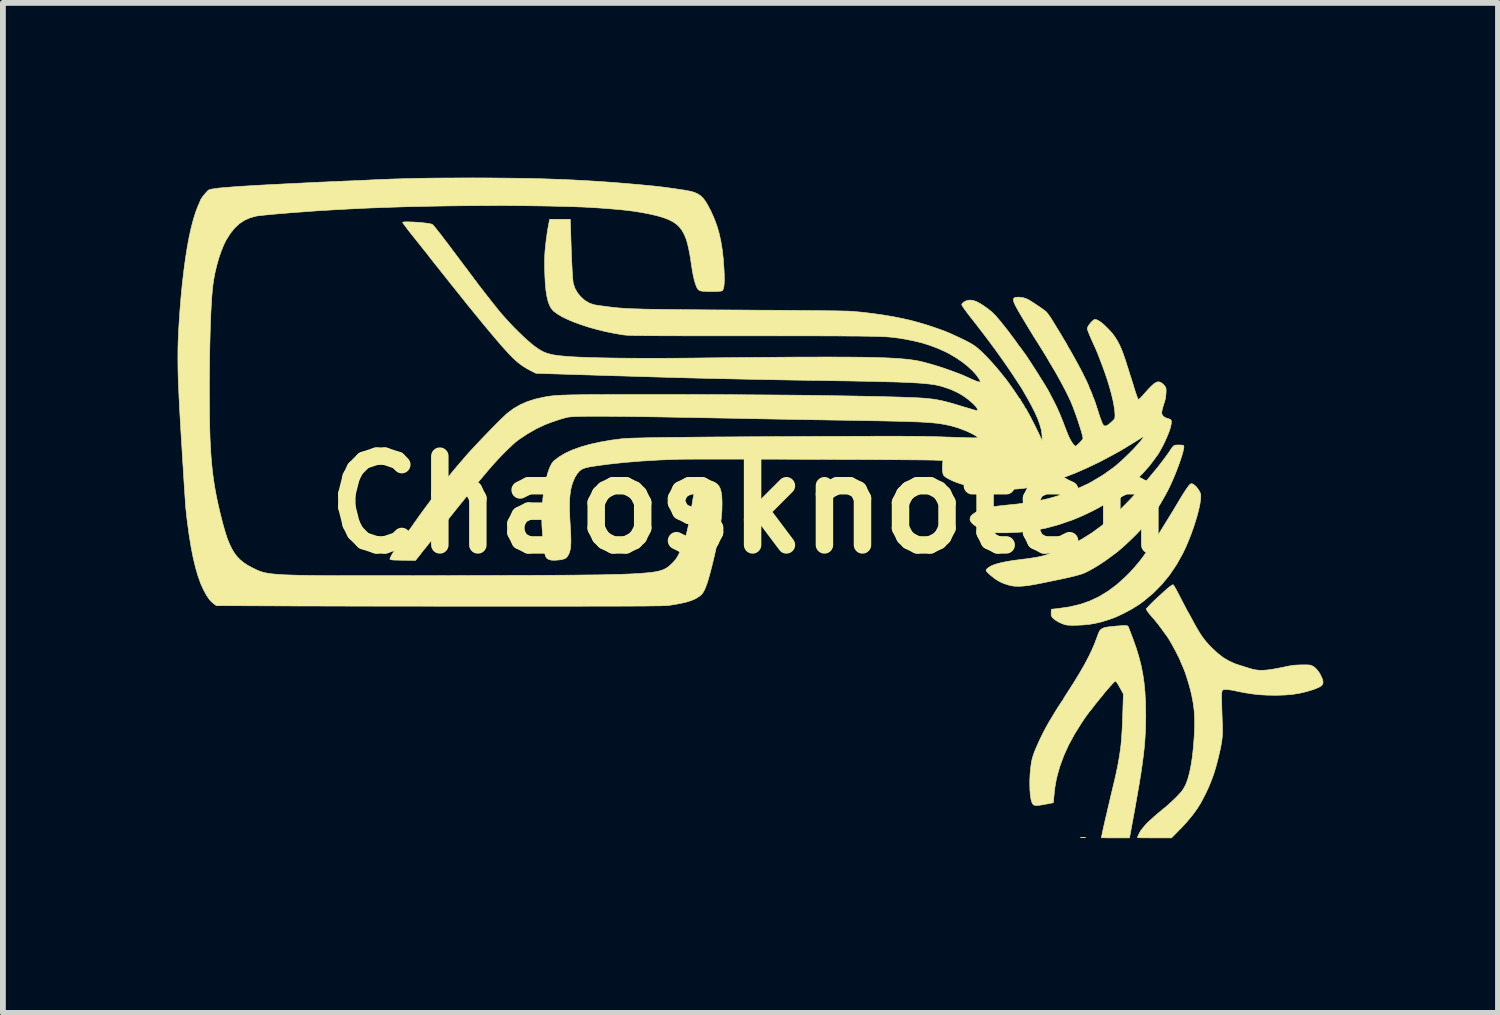
<source format=kicad_pcb>
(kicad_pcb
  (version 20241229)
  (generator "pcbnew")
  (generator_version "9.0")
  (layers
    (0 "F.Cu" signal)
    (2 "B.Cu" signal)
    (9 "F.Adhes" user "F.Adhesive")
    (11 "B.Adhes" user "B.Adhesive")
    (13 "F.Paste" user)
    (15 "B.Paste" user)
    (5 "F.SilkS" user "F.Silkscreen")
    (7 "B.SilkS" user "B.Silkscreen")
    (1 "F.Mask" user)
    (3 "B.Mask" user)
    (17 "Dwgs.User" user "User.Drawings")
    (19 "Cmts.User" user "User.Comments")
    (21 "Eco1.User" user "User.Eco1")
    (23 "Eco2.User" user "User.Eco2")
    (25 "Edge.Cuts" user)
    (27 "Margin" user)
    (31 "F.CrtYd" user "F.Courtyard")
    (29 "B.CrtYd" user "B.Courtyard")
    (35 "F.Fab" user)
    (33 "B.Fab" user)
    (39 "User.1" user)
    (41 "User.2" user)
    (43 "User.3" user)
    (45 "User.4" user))
  (footprint "Chaosknoten"
    (layer "F.Cu")
    (at 9.836 5.617)
    (property "Reference" "Chaosknoten" (at 0 0 0) (layer "F.SilkS") (effects (font (size 1.524 1.524) (thickness 0.3))))
    (attr through_hole)
    (fp_poly (pts (xy 5.748 5.713) (xy 5.757 5.714) (xy 5.748 5.716) (xy 5.722 5.717) (xy 5.71 5.717) (xy 5.679 5.716) (xy 5.664 5.715) (xy 5.666 5.713) (xy 5.672 5.713) (xy 5.71 5.711) (xy 5.748 5.713)) (stroke (width 0.01) (type solid)) (fill yes) (layer "F.SilkS"))
    (fp_poly (pts (xy 7.586 -0.36) (xy 7.616 -0.343) (xy 7.649 -0.315) (xy 7.68 -0.277) (xy 7.708 -0.234) (xy 7.713 -0.225) (xy 7.724 -0.199) (xy 7.73 -0.175) (xy 7.731 -0.144) (xy 7.729 -0.101) (xy 7.729 -0.098) (xy 7.719 -0.024) (xy 7.701 0.065) (xy 7.676 0.165) (xy 7.644 0.274) (xy 7.607 0.388) (xy 7.566 0.504) (xy 7.521 0.618) (xy 7.474 0.728) (xy 7.427 0.828) (xy 7.32 1.021) (xy 7.199 1.201) (xy 7.063 1.367) (xy 6.914 1.518) (xy 6.751 1.654) (xy 6.673 1.711) (xy 6.64 1.732) (xy 6.614 1.749) (xy 6.597 1.757) (xy 6.595 1.758) (xy 6.583 1.765) (xy 6.582 1.767) (xy 6.572 1.775) (xy 6.547 1.79) (xy 6.51 1.81) (xy 6.466 1.834) (xy 6.417 1.859) (xy 6.367 1.884) (xy 6.32 1.906) (xy 6.278 1.925) (xy 6.246 1.938) (xy 6.243 1.94) (xy 6.124 1.981) (xy 6.016 2.014) (xy 5.914 2.037) (xy 5.813 2.054) (xy 5.707 2.064) (xy 5.613 2.068) (xy 5.543 2.07) (xy 5.49 2.069) (xy 5.449 2.067) (xy 5.417 2.062) (xy 5.397 2.058) (xy 5.343 2.038) (xy 5.287 2.012) (xy 5.237 1.981) (xy 5.199 1.951) (xy 5.19 1.942) (xy 5.173 1.92) (xy 5.164 1.899) (xy 5.163 1.871) (xy 5.163 1.851) (xy 5.166 1.794) (xy 5.288 1.781) (xy 5.478 1.753) (xy 5.657 1.711) (xy 5.825 1.653) (xy 5.985 1.578) (xy 6.138 1.485) (xy 6.287 1.374) (xy 6.432 1.244) (xy 6.492 1.185) (xy 6.528 1.147) (xy 6.561 1.111) (xy 6.588 1.082) (xy 6.601 1.067) (xy 6.627 1.035) (xy 6.656 1.002) (xy 6.66 0.997) (xy 6.677 0.977) (xy 6.703 0.943) (xy 6.734 0.902) (xy 6.767 0.856) (xy 6.775 0.845) (xy 6.806 0.801) (xy 6.835 0.761) (xy 6.857 0.73) (xy 6.872 0.711) (xy 6.874 0.708) (xy 6.889 0.688) (xy 6.913 0.652) (xy 6.945 0.602) (xy 6.985 0.54) (xy 7.03 0.469) (xy 7.079 0.389) (xy 7.133 0.302) (xy 7.189 0.211) (xy 7.246 0.118) (xy 7.303 0.023) (xy 7.349 -0.054) (xy 7.404 -0.146) (xy 7.451 -0.22) (xy 7.489 -0.277) (xy 7.519 -0.319) (xy 7.543 -0.347) (xy 7.56 -0.36) (xy 7.562 -0.361) (xy 7.586 -0.36)) (stroke (width 0.01) (type solid)) (fill yes) (layer "F.SilkS"))
    (fp_poly (pts (xy 7.402 -1.025) (xy 7.429 -1.021) (xy 7.44 -1.013) (xy 7.44 -1.013) (xy 7.442 -0.989) (xy 7.435 -0.95) (xy 7.423 -0.897) (xy 7.404 -0.832) (xy 7.38 -0.759) (xy 7.351 -0.679) (xy 7.32 -0.595) (xy 7.286 -0.51) (xy 7.25 -0.425) (xy 7.213 -0.343) (xy 7.177 -0.267) (xy 7.168 -0.249) (xy 7.143 -0.203) (xy 7.115 -0.151) (xy 7.085 -0.099) (xy 7.056 -0.048) (xy 7.029 -0.002) (xy 7.005 0.035) (xy 6.988 0.061) (xy 6.98 0.071) (xy 6.971 0.081) (xy 6.955 0.104) (xy 6.934 0.135) (xy 6.929 0.142) (xy 6.906 0.175) (xy 6.887 0.202) (xy 6.875 0.218) (xy 6.874 0.219) (xy 6.861 0.234) (xy 6.843 0.258) (xy 6.838 0.265) (xy 6.779 0.338) (xy 6.708 0.419) (xy 6.627 0.505) (xy 6.54 0.591) (xy 6.451 0.675) (xy 6.364 0.753) (xy 6.281 0.821) (xy 6.243 0.85) (xy 6.217 0.869) (xy 6.184 0.893) (xy 6.167 0.906) (xy 6.094 0.959) (xy 6.017 1.011) (xy 5.939 1.06) (xy 5.863 1.105) (xy 5.794 1.142) (xy 5.734 1.171) (xy 5.698 1.185) (xy 5.636 1.204) (xy 5.558 1.225) (xy 5.471 1.246) (xy 5.378 1.267) (xy 5.339 1.275) (xy 5.306 1.282) (xy 5.256 1.292) (xy 5.195 1.305) (xy 5.126 1.319) (xy 5.053 1.334) (xy 5.014 1.342) (xy 4.892 1.366) (xy 4.787 1.384) (xy 4.696 1.395) (xy 4.618 1.4) (xy 4.549 1.399) (xy 4.488 1.392) (xy 4.44 1.381) (xy 4.354 1.354) (xy 4.278 1.32) (xy 4.205 1.275) (xy 4.131 1.218) (xy 4.094 1.185) (xy 4.064 1.156) (xy 4.048 1.135) (xy 4.046 1.12) (xy 4.054 1.106) (xy 4.056 1.104) (xy 4.09 1.076) (xy 4.132 1.051) (xy 4.184 1.029) (xy 4.248 1.009) (xy 4.324 0.99) (xy 4.416 0.972) (xy 4.525 0.955) (xy 4.646 0.939) (xy 4.745 0.927) (xy 4.826 0.915) (xy 4.894 0.905) (xy 4.951 0.894) (xy 5.001 0.883) (xy 5.046 0.871) (xy 5.09 0.857) (xy 5.104 0.853) (xy 5.309 0.776) (xy 5.501 0.691) (xy 5.682 0.595) (xy 5.856 0.487) (xy 6.025 0.364) (xy 6.193 0.225) (xy 6.362 0.068) (xy 6.391 0.04) (xy 6.461 -0.031) (xy 6.525 -0.097) (xy 6.586 -0.163) (xy 6.648 -0.232) (xy 6.713 -0.308) (xy 6.785 -0.393) (xy 6.833 -0.452) (xy 6.858 -0.482) (xy 6.891 -0.522) (xy 6.925 -0.563) (xy 6.938 -0.578) (xy 6.966 -0.612) (xy 6.987 -0.637) (xy 7.004 -0.658) (xy 7.02 -0.68) (xy 7.04 -0.705) (xy 7.065 -0.738) (xy 7.098 -0.782) (xy 7.131 -0.827) (xy 7.164 -0.872) (xy 7.192 -0.912) (xy 7.207 -0.935) (xy 7.234 -0.975) (xy 7.255 -1.001) (xy 7.275 -1.017) (xy 7.298 -1.024) (xy 7.33 -1.026) (xy 7.357 -1.026) (xy 7.402 -1.025)) (stroke (width 0.01) (type solid)) (fill yes) (layer "F.SilkS"))
    (fp_poly (pts (xy 6.457 2.075) (xy 6.473 2.08) (xy 6.483 2.089) (xy 6.491 2.103) (xy 6.498 2.122) (xy 6.5 2.126) (xy 6.566 2.299) (xy 6.623 2.459) (xy 6.669 2.611) (xy 6.707 2.759) (xy 6.736 2.905) (xy 6.758 3.055) (xy 6.773 3.212) (xy 6.783 3.38) (xy 6.786 3.562) (xy 6.787 3.627) (xy 6.785 3.763) (xy 6.781 3.896) (xy 6.773 4.03) (xy 6.762 4.166) (xy 6.746 4.309) (xy 6.726 4.46) (xy 6.702 4.624) (xy 6.673 4.803) (xy 6.654 4.912) (xy 6.643 4.977) (xy 6.631 5.042) (xy 6.621 5.102) (xy 6.612 5.151) (xy 6.609 5.171) (xy 6.603 5.206) (xy 6.597 5.24) (xy 6.59 5.277) (xy 6.582 5.319) (xy 6.573 5.369) (xy 6.561 5.432) (xy 6.547 5.509) (xy 6.537 5.565) (xy 6.508 5.72) (xy 6.266 5.72) (xy 6.199 5.72) (xy 6.138 5.72) (xy 6.088 5.719) (xy 6.051 5.718) (xy 6.029 5.718) (xy 6.025 5.717) (xy 6.027 5.705) (xy 6.033 5.677) (xy 6.041 5.638) (xy 6.051 5.59) (xy 6.062 5.539) (xy 6.073 5.489) (xy 6.084 5.443) (xy 6.092 5.405) (xy 6.095 5.394) (xy 6.105 5.352) (xy 6.118 5.298) (xy 6.132 5.236) (xy 6.147 5.172) (xy 6.152 5.151) (xy 6.168 5.084) (xy 6.185 5.01) (xy 6.202 4.938) (xy 6.217 4.877) (xy 6.219 4.867) (xy 6.255 4.717) (xy 6.285 4.583) (xy 6.31 4.461) (xy 6.33 4.347) (xy 6.347 4.238) (xy 6.361 4.13) (xy 6.371 4.019) (xy 6.379 3.901) (xy 6.386 3.774) (xy 6.391 3.632) (xy 6.391 3.623) (xy 6.403 3.249) (xy 6.375 3.197) (xy 6.347 3.146) (xy 6.321 3.1) (xy 6.298 3.063) (xy 6.28 3.038) (xy 6.27 3.028) (xy 6.27 3.028) (xy 6.259 3.032) (xy 6.241 3.047) (xy 6.216 3.073) (xy 6.18 3.113) (xy 6.157 3.139) (xy 6.128 3.172) (xy 6.105 3.199) (xy 6.09 3.216) (xy 6.086 3.221) (xy 6.077 3.231) (xy 6.061 3.252) (xy 6.054 3.261) (xy 6.029 3.293) (xy 6.004 3.323) (xy 6 3.327) (xy 5.982 3.349) (xy 5.956 3.381) (xy 5.926 3.419) (xy 5.91 3.439) (xy 5.884 3.474) (xy 5.861 3.502) (xy 5.847 3.521) (xy 5.843 3.526) (xy 5.831 3.539) (xy 5.81 3.566) (xy 5.783 3.603) (xy 5.752 3.646) (xy 5.721 3.691) (xy 5.692 3.734) (xy 5.57 3.928) (xy 5.466 4.118) (xy 5.381 4.304) (xy 5.313 4.489) (xy 5.269 4.643) (xy 5.252 4.714) (xy 5.239 4.782) (xy 5.227 4.854) (xy 5.218 4.934) (xy 5.208 5.027) (xy 5.207 5.045) (xy 5.2 5.116) (xy 5.102 5.135) (xy 5.026 5.149) (xy 4.967 5.159) (xy 4.922 5.163) (xy 4.89 5.162) (xy 4.867 5.156) (xy 4.851 5.144) (xy 4.839 5.126) (xy 4.832 5.11) (xy 4.817 5.058) (xy 4.806 4.989) (xy 4.799 4.908) (xy 4.796 4.817) (xy 4.796 4.721) (xy 4.801 4.623) (xy 4.81 4.526) (xy 4.822 4.434) (xy 4.836 4.365) (xy 4.851 4.313) (xy 4.874 4.247) (xy 4.906 4.17) (xy 4.944 4.084) (xy 4.986 3.994) (xy 5.032 3.902) (xy 5.08 3.812) (xy 5.098 3.78) (xy 5.123 3.735) (xy 5.154 3.684) (xy 5.187 3.629) (xy 5.221 3.572) (xy 5.255 3.517) (xy 5.287 3.467) (xy 5.315 3.424) (xy 5.337 3.391) (xy 5.351 3.37) (xy 5.356 3.365) (xy 5.364 3.353) (xy 5.364 3.352) (xy 5.37 3.341) (xy 5.384 3.316) (xy 5.406 3.281) (xy 5.433 3.238) (xy 5.443 3.223) (xy 5.552 3.053) (xy 5.648 2.895) (xy 5.732 2.75) (xy 5.804 2.614) (xy 5.865 2.487) (xy 5.916 2.367) (xy 5.958 2.253) (xy 5.96 2.247) (xy 5.976 2.204) (xy 5.992 2.17) (xy 6.013 2.144) (xy 6.04 2.125) (xy 6.076 2.11) (xy 6.124 2.1) (xy 6.187 2.092) (xy 6.267 2.084) (xy 6.278 2.083) (xy 6.346 2.078) (xy 6.397 2.074) (xy 6.433 2.073) (xy 6.457 2.075)) (stroke (width 0.01) (type solid)) (fill yes) (layer "F.SilkS"))
    (fp_poly (pts (xy 7.258 1.373) (xy 7.266 1.383) (xy 7.282 1.408) (xy 7.304 1.447) (xy 7.331 1.496) (xy 7.361 1.553) (xy 7.385 1.6) (xy 7.417 1.662) (xy 7.446 1.718) (xy 7.471 1.766) (xy 7.49 1.803) (xy 7.503 1.826) (xy 7.507 1.833) (xy 7.515 1.846) (xy 7.53 1.873) (xy 7.55 1.909) (xy 7.567 1.941) (xy 7.62 2.04) (xy 7.668 2.124) (xy 7.711 2.196) (xy 7.752 2.258) (xy 7.792 2.313) (xy 7.835 2.365) (xy 7.882 2.416) (xy 7.924 2.46) (xy 8.022 2.55) (xy 8.117 2.624) (xy 8.215 2.682) (xy 8.318 2.729) (xy 8.402 2.757) (xy 8.455 2.773) (xy 8.514 2.792) (xy 8.566 2.808) (xy 8.569 2.809) (xy 8.625 2.825) (xy 8.681 2.836) (xy 8.739 2.842) (xy 8.802 2.842) (xy 8.872 2.837) (xy 8.954 2.826) (xy 9.049 2.809) (xy 9.159 2.787) (xy 9.229 2.772) (xy 9.286 2.762) (xy 9.335 2.755) (xy 9.383 2.752) (xy 9.436 2.75) (xy 9.474 2.749) (xy 9.531 2.749) (xy 9.572 2.75) (xy 9.601 2.752) (xy 9.622 2.756) (xy 9.64 2.763) (xy 9.659 2.773) (xy 9.664 2.776) (xy 9.706 2.809) (xy 9.747 2.856) (xy 9.781 2.908) (xy 9.794 2.936) (xy 9.805 2.963) (xy 9.815 2.981) (xy 9.816 2.982) (xy 9.822 2.999) (xy 9.829 3.026) (xy 9.83 3.033) (xy 9.83 3.064) (xy 9.818 3.091) (xy 9.792 3.116) (xy 9.75 3.139) (xy 9.69 3.163) (xy 9.658 3.175) (xy 9.541 3.21) (xy 9.428 3.236) (xy 9.313 3.255) (xy 9.19 3.266) (xy 9.054 3.271) (xy 9.007 3.271) (xy 8.87 3.269) (xy 8.743 3.262) (xy 8.619 3.248) (xy 8.49 3.228) (xy 8.351 3.201) (xy 8.323 3.194) (xy 8.269 3.184) (xy 8.217 3.176) (xy 8.175 3.172) (xy 8.156 3.172) (xy 8.125 3.175) (xy 8.108 3.181) (xy 8.099 3.194) (xy 8.094 3.211) (xy 8.092 3.227) (xy 8.09 3.253) (xy 8.089 3.292) (xy 8.09 3.343) (xy 8.091 3.408) (xy 8.093 3.489) (xy 8.096 3.587) (xy 8.1 3.703) (xy 8.104 3.79) (xy 8.105 3.89) (xy 8.101 3.98) (xy 8.091 4.069) (xy 8.073 4.166) (xy 8.067 4.196) (xy 8.031 4.351) (xy 7.995 4.489) (xy 7.957 4.616) (xy 7.914 4.734) (xy 7.867 4.849) (xy 7.813 4.964) (xy 7.751 5.083) (xy 7.728 5.126) (xy 7.667 5.223) (xy 7.591 5.327) (xy 7.5 5.437) (xy 7.397 5.55) (xy 7.362 5.585) (xy 7.229 5.72) (xy 6.937 5.72) (xy 6.862 5.72) (xy 6.794 5.719) (xy 6.736 5.719) (xy 6.69 5.718) (xy 6.659 5.717) (xy 6.645 5.716) (xy 6.645 5.715) (xy 6.649 5.7) (xy 6.66 5.674) (xy 6.675 5.643) (xy 6.69 5.614) (xy 6.703 5.593) (xy 6.707 5.588) (xy 6.724 5.568) (xy 6.739 5.547) (xy 6.767 5.513) (xy 6.808 5.469) (xy 6.861 5.418) (xy 6.923 5.362) (xy 6.992 5.302) (xy 7.055 5.25) (xy 7.145 5.176) (xy 7.227 5.102) (xy 7.301 5.032) (xy 7.363 4.968) (xy 7.411 4.911) (xy 7.433 4.88) (xy 7.472 4.808) (xy 7.507 4.716) (xy 7.538 4.604) (xy 7.565 4.473) (xy 7.588 4.322) (xy 7.606 4.152) (xy 7.62 3.963) (xy 7.621 3.952) (xy 7.627 3.8) (xy 7.626 3.661) (xy 7.618 3.53) (xy 7.601 3.401) (xy 7.576 3.27) (xy 7.555 3.182) (xy 7.533 3.101) (xy 7.508 3.017) (xy 7.483 2.937) (xy 7.458 2.864) (xy 7.435 2.805) (xy 7.426 2.785) (xy 7.409 2.747) (xy 7.391 2.705) (xy 7.386 2.692) (xy 7.366 2.645) (xy 7.338 2.588) (xy 7.306 2.524) (xy 7.27 2.458) (xy 7.234 2.392) (xy 7.199 2.332) (xy 7.168 2.281) (xy 7.142 2.244) (xy 7.135 2.235) (xy 7.124 2.221) (xy 7.105 2.194) (xy 7.08 2.16) (xy 7.064 2.137) (xy 6.995 2.045) (xy 6.921 1.955) (xy 6.872 1.9) (xy 6.846 1.869) (xy 6.823 1.838) (xy 6.812 1.822) (xy 6.793 1.789) (xy 6.853 1.725) (xy 6.892 1.685) (xy 6.937 1.641) (xy 6.978 1.603) (xy 6.98 1.601) (xy 7.019 1.565) (xy 7.062 1.526) (xy 7.099 1.492) (xy 7.102 1.489) (xy 7.155 1.442) (xy 7.199 1.406) (xy 7.232 1.383) (xy 7.254 1.373) (xy 7.258 1.373)) (stroke (width 0.01) (type solid)) (fill yes) (layer "F.SilkS"))
    (fp_poly (pts (xy -4.453 -5.611) (xy -4.153 -5.608) (xy -3.869 -5.604) (xy -3.597 -5.598) (xy -3.337 -5.589) (xy -3.084 -5.579) (xy -2.838 -5.566) (xy -2.594 -5.551) (xy -2.352 -5.534) (xy -2.108 -5.514) (xy -1.861 -5.492) (xy -1.748 -5.481) (xy -1.664 -5.473) (xy -1.591 -5.465) (xy -1.523 -5.457) (xy -1.457 -5.449) (xy -1.387 -5.439) (xy -1.31 -5.428) (xy -1.221 -5.415) (xy -1.126 -5.401) (xy -1.042 -5.385) (xy -0.972 -5.367) (xy -0.913 -5.342) (xy -0.862 -5.31) (xy -0.816 -5.267) (xy -0.774 -5.212) (xy -0.732 -5.143) (xy -0.687 -5.056) (xy -0.676 -5.034) (xy -0.622 -4.913) (xy -0.576 -4.788) (xy -0.538 -4.659) (xy -0.508 -4.522) (xy -0.484 -4.374) (xy -0.466 -4.213) (xy -0.454 -4.036) (xy -0.451 -3.969) (xy -0.449 -3.874) (xy -0.451 -3.797) (xy -0.458 -3.739) (xy -0.469 -3.699) (xy -0.485 -3.676) (xy -0.497 -3.671) (xy -0.521 -3.667) (xy -0.558 -3.664) (xy -0.612 -3.663) (xy -0.675 -3.663) (xy -0.747 -3.663) (xy -0.801 -3.665) (xy -0.84 -3.669) (xy -0.869 -3.677) (xy -0.89 -3.688) (xy -0.905 -3.704) (xy -0.918 -3.726) (xy -0.92 -3.729) (xy -0.94 -3.778) (xy -0.961 -3.844) (xy -0.98 -3.923) (xy -0.997 -4.012) (xy -1.012 -4.107) (xy -1.017 -4.14) (xy -1.029 -4.225) (xy -1.044 -4.312) (xy -1.061 -4.397) (xy -1.079 -4.474) (xy -1.097 -4.54) (xy -1.11 -4.577) (xy -1.142 -4.651) (xy -1.179 -4.716) (xy -1.222 -4.771) (xy -1.274 -4.82) (xy -1.337 -4.862) (xy -1.411 -4.899) (xy -1.499 -4.932) (xy -1.602 -4.962) (xy -1.723 -4.99) (xy -1.814 -5.008) (xy -1.917 -5.026) (xy -2.018 -5.042) (xy -2.123 -5.055) (xy -2.236 -5.067) (xy -2.361 -5.078) (xy -2.443 -5.085) (xy -2.539 -5.092) (xy -2.628 -5.098) (xy -2.713 -5.103) (xy -2.795 -5.108) (xy -2.877 -5.112) (xy -2.963 -5.115) (xy -3.054 -5.119) (xy -3.154 -5.122) (xy -3.264 -5.124) (xy -3.387 -5.127) (xy -3.525 -5.13) (xy -3.653 -5.132) (xy -3.944 -5.136) (xy -4.251 -5.138) (xy -4.571 -5.137) (xy -4.897 -5.135) (xy -5.228 -5.131) (xy -5.557 -5.125) (xy -5.881 -5.118) (xy -6.196 -5.108) (xy -6.497 -5.097) (xy -6.665 -5.09) (xy -6.774 -5.084) (xy -6.889 -5.079) (xy -7.008 -5.072) (xy -7.127 -5.066) (xy -7.241 -5.059) (xy -7.348 -5.053) (xy -7.443 -5.047) (xy -7.524 -5.041) (xy -7.554 -5.039) (xy -7.62 -5.034) (xy -7.696 -5.028) (xy -7.771 -5.023) (xy -7.823 -5.019) (xy -7.913 -5.012) (xy -8.005 -5.004) (xy -8.097 -4.997) (xy -8.186 -4.989) (xy -8.268 -4.981) (xy -8.341 -4.974) (xy -8.403 -4.967) (xy -8.451 -4.962) (xy -8.481 -4.957) (xy -8.484 -4.957) (xy -8.59 -4.928) (xy -8.687 -4.886) (xy -8.774 -4.828) (xy -8.855 -4.753) (xy -8.93 -4.661) (xy -9 -4.55) (xy -9.003 -4.545) (xy -9.046 -4.458) (xy -9.088 -4.354) (xy -9.128 -4.238) (xy -9.163 -4.114) (xy -9.194 -3.985) (xy -9.218 -3.856) (xy -9.23 -3.774) (xy -9.24 -3.679) (xy -9.25 -3.564) (xy -9.258 -3.431) (xy -9.266 -3.28) (xy -9.273 -3.114) (xy -9.278 -2.931) (xy -9.283 -2.735) (xy -9.287 -2.525) (xy -9.289 -2.303) (xy -9.291 -2.07) (xy -9.291 -1.941) (xy -9.29 -1.718) (xy -9.288 -1.514) (xy -9.285 -1.326) (xy -9.28 -1.153) (xy -9.272 -0.992) (xy -9.263 -0.842) (xy -9.251 -0.7) (xy -9.237 -0.565) (xy -9.22 -0.434) (xy -9.2 -0.306) (xy -9.177 -0.179) (xy -9.151 -0.051) (xy -9.121 0.081) (xy -9.098 0.178) (xy -9.06 0.326) (xy -9.023 0.456) (xy -8.987 0.569) (xy -8.948 0.667) (xy -8.908 0.751) (xy -8.865 0.824) (xy -8.817 0.888) (xy -8.764 0.943) (xy -8.704 0.992) (xy -8.637 1.037) (xy -8.562 1.078) (xy -8.543 1.088) (xy -8.517 1.1) (xy -8.492 1.112) (xy -8.468 1.124) (xy -8.444 1.134) (xy -8.419 1.144) (xy -8.392 1.152) (xy -8.363 1.161) (xy -8.331 1.168) (xy -8.295 1.175) (xy -8.254 1.181) (xy -8.209 1.187) (xy -8.157 1.192) (xy -8.099 1.197) (xy -8.033 1.201) (xy -7.96 1.204) (xy -7.877 1.207) (xy -7.786 1.21) (xy -7.683 1.212) (xy -7.57 1.214) (xy -7.445 1.215) (xy -7.308 1.217) (xy -7.158 1.217) (xy -6.994 1.218) (xy -6.815 1.218) (xy -6.621 1.218) (xy -6.411 1.218) (xy -6.184 1.218) (xy -5.94 1.218) (xy -5.678 1.217) (xy -5.397 1.217) (xy -5.098 1.216) (xy -4.809 1.215) (xy -4.54 1.215) (xy -4.29 1.214) (xy -4.057 1.213) (xy -3.842 1.213) (xy -3.642 1.212) (xy -3.458 1.211) (xy -3.288 1.21) (xy -3.132 1.209) (xy -2.989 1.208) (xy -2.858 1.206) (xy -2.738 1.205) (xy -2.628 1.204) (xy -2.528 1.202) (xy -2.436 1.2) (xy -2.352 1.198) (xy -2.275 1.196) (xy -2.205 1.194) (xy -2.139 1.191) (xy -2.078 1.189) (xy -2.021 1.186) (xy -1.966 1.183) (xy -1.914 1.18) (xy -1.9 1.179) (xy -1.79 1.17) (xy -1.697 1.161) (xy -1.619 1.149) (xy -1.554 1.134) (xy -1.498 1.115) (xy -1.449 1.091) (xy -1.404 1.06) (xy -1.361 1.021) (xy -1.316 0.975) (xy -1.286 0.94) (xy -1.264 0.909) (xy -1.238 0.863) (xy -1.21 0.807) (xy -1.182 0.745) (xy -1.157 0.682) (xy -1.138 0.63) (xy -1.101 0.506) (xy -1.068 0.365) (xy -1.037 0.207) (xy -1.01 0.041) (xy -0.995 -0.059) (xy -0.98 -0.14) (xy -0.965 -0.203) (xy -0.95 -0.25) (xy -0.935 -0.282) (xy -0.93 -0.29) (xy -0.88 -0.342) (xy -0.822 -0.379) (xy -0.76 -0.4) (xy -0.697 -0.405) (xy -0.636 -0.392) (xy -0.611 -0.381) (xy -0.572 -0.355) (xy -0.542 -0.321) (xy -0.52 -0.278) (xy -0.504 -0.223) (xy -0.493 -0.154) (xy -0.489 -0.069) (xy -0.488 -0.01) (xy -0.491 0.106) (xy -0.502 0.234) (xy -0.52 0.374) (xy -0.546 0.529) (xy -0.58 0.699) (xy -0.622 0.886) (xy -0.661 1.048) (xy -0.692 1.167) (xy -0.72 1.268) (xy -0.746 1.351) (xy -0.771 1.419) (xy -0.795 1.473) (xy -0.819 1.514) (xy -0.843 1.544) (xy -0.857 1.556) (xy -0.904 1.59) (xy -0.956 1.619) (xy -1.016 1.644) (xy -1.087 1.667) (xy -1.171 1.687) (xy -1.271 1.707) (xy -1.377 1.724) (xy -1.39 1.726) (xy -1.405 1.728) (xy -1.424 1.729) (xy -1.445 1.731) (xy -1.471 1.732) (xy -1.502 1.733) (xy -1.539 1.735) (xy -1.583 1.736) (xy -1.634 1.736) (xy -1.693 1.737) (xy -1.762 1.738) (xy -1.84 1.739) (xy -1.929 1.739) (xy -2.03 1.74) (xy -2.143 1.74) (xy -2.269 1.741) (xy -2.408 1.741) (xy -2.563 1.741) (xy -2.733 1.741) (xy -2.919 1.742) (xy -3.122 1.742) (xy -3.343 1.742) (xy -3.583 1.742) (xy -3.842 1.742) (xy -3.871 1.742) (xy -4.113 1.742) (xy -4.362 1.742) (xy -4.617 1.742) (xy -4.876 1.742) (xy -5.137 1.742) (xy -5.398 1.742) (xy -5.658 1.741) (xy -5.914 1.741) (xy -6.165 1.741) (xy -6.409 1.741) (xy -6.645 1.74) (xy -6.87 1.74) (xy -7.083 1.739) (xy -7.282 1.739) (xy -7.465 1.738) (xy -7.631 1.738) (xy -7.712 1.738) (xy -9.171 1.732) (xy -9.211 1.703) (xy -9.248 1.672) (xy -9.281 1.638) (xy -9.312 1.597) (xy -9.345 1.546) (xy -9.381 1.479) (xy -9.386 1.471) (xy -9.437 1.361) (xy -9.484 1.23) (xy -9.528 1.08) (xy -9.569 0.91) (xy -9.606 0.72) (xy -9.64 0.51) (xy -9.671 0.281) (xy -9.687 0.142) (xy -9.689 0.119) (xy -9.691 0.097) (xy -9.694 0.076) (xy -9.696 0.054) (xy -9.698 0.029) (xy -9.7 0.001) (xy -9.703 -0.031) (xy -9.705 -0.07) (xy -9.708 -0.116) (xy -9.712 -0.171) (xy -9.716 -0.236) (xy -9.721 -0.312) (xy -9.727 -0.4) (xy -9.733 -0.502) (xy -9.74 -0.62) (xy -9.749 -0.753) (xy -9.758 -0.905) (xy -9.768 -1.075) (xy -9.769 -1.082) (xy -9.782 -1.295) (xy -9.793 -1.49) (xy -9.803 -1.668) (xy -9.811 -1.831) (xy -9.818 -1.981) (xy -9.824 -2.12) (xy -9.828 -2.248) (xy -9.83 -2.369) (xy -9.831 -2.483) (xy -9.831 -2.592) (xy -9.83 -2.699) (xy -9.827 -2.805) (xy -9.822 -2.912) (xy -9.817 -3.021) (xy -9.81 -3.134) (xy -9.802 -3.253) (xy -9.799 -3.302) (xy -9.779 -3.553) (xy -9.756 -3.792) (xy -9.73 -4.017) (xy -9.702 -4.227) (xy -9.671 -4.422) (xy -9.638 -4.6) (xy -9.602 -4.762) (xy -9.564 -4.906) (xy -9.524 -5.032) (xy -9.483 -5.138) (xy -9.478 -5.149) (xy -9.463 -5.181) (xy -9.453 -5.206) (xy -9.449 -5.218) (xy -9.449 -5.218) (xy -9.442 -5.235) (xy -9.425 -5.263) (xy -9.401 -5.297) (xy -9.372 -5.333) (xy -9.343 -5.366) (xy -9.316 -5.394) (xy -9.305 -5.403) (xy -9.287 -5.411) (xy -9.254 -5.419) (xy -9.206 -5.427) (xy -9.142 -5.436) (xy -9.061 -5.444) (xy -8.964 -5.452) (xy -8.848 -5.461) (xy -8.715 -5.47) (xy -8.563 -5.479) (xy -8.391 -5.489) (xy -8.201 -5.499) (xy -8.153 -5.501) (xy -8.063 -5.506) (xy -7.967 -5.511) (xy -7.871 -5.515) (xy -7.779 -5.52) (xy -7.698 -5.524) (xy -7.64 -5.527) (xy -7.578 -5.53) (xy -7.499 -5.534) (xy -7.409 -5.538) (xy -7.312 -5.542) (xy -7.213 -5.547) (xy -7.115 -5.551) (xy -7.071 -5.553) (xy -6.977 -5.557) (xy -6.879 -5.561) (xy -6.782 -5.565) (xy -6.69 -5.569) (xy -6.608 -5.573) (xy -6.54 -5.576) (xy -6.513 -5.578) (xy -6.328 -5.586) (xy -6.138 -5.593) (xy -5.94 -5.599) (xy -5.733 -5.604) (xy -5.514 -5.608) (xy -5.281 -5.61) (xy -5.032 -5.611) (xy -4.77 -5.612) (xy -4.453 -5.611)) (stroke (width 0.01) (type solid)) (fill yes) (layer "F.SilkS"))
    (fp_poly (pts (xy -3.087 -4.674) (xy -3.081 -4.499) (xy -3.076 -4.344) (xy -3.071 -4.209) (xy -3.065 -4.094) (xy -3.06 -3.997) (xy -3.055 -3.919) (xy -3.05 -3.859) (xy -3.045 -3.817) (xy -3.042 -3.8) (xy -3.014 -3.716) (xy -2.969 -3.637) (xy -2.91 -3.567) (xy -2.842 -3.507) (xy -2.765 -3.462) (xy -2.692 -3.436) (xy -2.665 -3.431) (xy -2.622 -3.424) (xy -2.567 -3.416) (xy -2.504 -3.408) (xy -2.438 -3.399) (xy -2.372 -3.391) (xy -2.311 -3.384) (xy -2.258 -3.379) (xy -2.25 -3.379) (xy -2.207 -3.375) (xy -2.16 -3.372) (xy -2.107 -3.369) (xy -2.048 -3.366) (xy -1.982 -3.364) (xy -1.907 -3.362) (xy -1.823 -3.359) (xy -1.729 -3.357) (xy -1.624 -3.356) (xy -1.507 -3.354) (xy -1.377 -3.352) (xy -1.233 -3.351) (xy -1.074 -3.349) (xy -0.899 -3.348) (xy -0.708 -3.346) (xy -0.499 -3.345) (xy -0.271 -3.344) (xy -0.097 -3.343) (xy 0.126 -3.341) (xy 0.338 -3.34) (xy 0.537 -3.339) (xy 0.724 -3.337) (xy 0.897 -3.336) (xy 1.056 -3.334) (xy 1.201 -3.333) (xy 1.329 -3.331) (xy 1.441 -3.33) (xy 1.536 -3.328) (xy 1.613 -3.326) (xy 1.672 -3.325) (xy 1.711 -3.323) (xy 1.722 -3.323) (xy 1.904 -3.307) (xy 2.09 -3.285) (xy 2.275 -3.259) (xy 2.454 -3.229) (xy 2.622 -3.195) (xy 2.758 -3.164) (xy 2.848 -3.14) (xy 2.946 -3.112) (xy 3.047 -3.081) (xy 3.146 -3.048) (xy 3.241 -3.015) (xy 3.327 -2.984) (xy 3.399 -2.955) (xy 3.429 -2.942) (xy 3.529 -2.896) (xy 3.613 -2.857) (xy 3.683 -2.823) (xy 3.741 -2.793) (xy 3.789 -2.766) (xy 3.83 -2.741) (xy 3.849 -2.729) (xy 3.891 -2.697) (xy 3.942 -2.652) (xy 4.001 -2.596) (xy 4.065 -2.531) (xy 4.131 -2.46) (xy 4.197 -2.386) (xy 4.261 -2.311) (xy 4.298 -2.266) (xy 4.325 -2.232) (xy 4.349 -2.202) (xy 4.367 -2.181) (xy 4.369 -2.178) (xy 4.387 -2.155) (xy 4.413 -2.12) (xy 4.444 -2.077) (xy 4.478 -2.029) (xy 4.513 -1.98) (xy 4.544 -1.934) (xy 4.57 -1.896) (xy 4.589 -1.868) (xy 4.593 -1.86) (xy 4.609 -1.835) (xy 4.621 -1.821) (xy 4.625 -1.819) (xy 4.633 -1.811) (xy 4.633 -1.809) (xy 4.638 -1.797) (xy 4.652 -1.772) (xy 4.672 -1.741) (xy 4.674 -1.739) (xy 4.694 -1.707) (xy 4.708 -1.682) (xy 4.714 -1.667) (xy 4.714 -1.667) (xy 4.721 -1.656) (xy 4.723 -1.656) (xy 4.733 -1.648) (xy 4.738 -1.638) (xy 4.746 -1.621) (xy 4.761 -1.592) (xy 4.779 -1.56) (xy 4.803 -1.517) (xy 4.833 -1.458) (xy 4.869 -1.388) (xy 4.908 -1.31) (xy 4.949 -1.226) (xy 4.966 -1.189) (xy 5.007 -1.102) (xy 5.008 -1.148) (xy 5.004 -1.219) (xy 4.991 -1.296) (xy 4.967 -1.381) (xy 4.933 -1.475) (xy 4.887 -1.579) (xy 4.829 -1.695) (xy 4.758 -1.825) (xy 4.742 -1.853) (xy 4.713 -1.903) (xy 4.687 -1.948) (xy 4.666 -1.985) (xy 4.651 -2.009) (xy 4.647 -2.017) (xy 4.637 -2.031) (xy 4.618 -2.06) (xy 4.592 -2.099) (xy 4.56 -2.148) (xy 4.525 -2.202) (xy 4.513 -2.22) (xy 4.424 -2.352) (xy 4.324 -2.496) (xy 4.215 -2.648) (xy 4.1 -2.804) (xy 3.981 -2.961) (xy 3.861 -3.117) (xy 3.815 -3.175) (xy 3.752 -3.255) (xy 3.702 -3.322) (xy 3.664 -3.374) (xy 3.639 -3.412) (xy 3.628 -3.434) (xy 3.627 -3.439) (xy 3.636 -3.457) (xy 3.659 -3.477) (xy 3.691 -3.496) (xy 3.716 -3.506) (xy 3.764 -3.515) (xy 3.816 -3.51) (xy 3.875 -3.491) (xy 3.942 -3.456) (xy 3.998 -3.421) (xy 4.078 -3.364) (xy 4.145 -3.309) (xy 4.207 -3.249) (xy 4.268 -3.178) (xy 4.293 -3.148) (xy 4.322 -3.111) (xy 4.349 -3.078) (xy 4.368 -3.053) (xy 4.376 -3.043) (xy 4.397 -3.017) (xy 4.427 -2.979) (xy 4.461 -2.933) (xy 4.497 -2.885) (xy 4.531 -2.839) (xy 4.56 -2.799) (xy 4.58 -2.771) (xy 4.582 -2.769) (xy 4.601 -2.741) (xy 4.616 -2.72) (xy 4.623 -2.713) (xy 4.632 -2.702) (xy 4.648 -2.681) (xy 4.654 -2.672) (xy 4.672 -2.646) (xy 4.688 -2.625) (xy 4.691 -2.621) (xy 4.708 -2.598) (xy 4.735 -2.56) (xy 4.768 -2.51) (xy 4.807 -2.451) (xy 4.85 -2.384) (xy 4.895 -2.314) (xy 4.941 -2.242) (xy 4.985 -2.171) (xy 5.027 -2.104) (xy 5.064 -2.044) (xy 5.095 -1.992) (xy 5.118 -1.952) (xy 5.12 -1.948) (xy 5.192 -1.811) (xy 5.256 -1.683) (xy 5.313 -1.556) (xy 5.366 -1.424) (xy 5.405 -1.321) (xy 5.426 -1.267) (xy 5.448 -1.212) (xy 5.469 -1.164) (xy 5.483 -1.135) (xy 5.507 -1.092) (xy 5.532 -1.054) (xy 5.556 -1.025) (xy 5.576 -1.008) (xy 5.584 -1.006) (xy 5.596 -1.013) (xy 5.617 -1.032) (xy 5.643 -1.057) (xy 5.669 -1.084) (xy 5.692 -1.11) (xy 5.706 -1.13) (xy 5.71 -1.137) (xy 5.706 -1.162) (xy 5.697 -1.202) (xy 5.682 -1.256) (xy 5.663 -1.319) (xy 5.64 -1.389) (xy 5.616 -1.463) (xy 5.59 -1.538) (xy 5.563 -1.611) (xy 5.538 -1.679) (xy 5.514 -1.738) (xy 5.499 -1.774) (xy 5.458 -1.862) (xy 5.409 -1.961) (xy 5.353 -2.067) (xy 5.295 -2.174) (xy 5.236 -2.279) (xy 5.179 -2.375) (xy 5.145 -2.431) (xy 5.13 -2.455) (xy 5.122 -2.471) (xy 5.121 -2.473) (xy 5.115 -2.484) (xy 5.1 -2.509) (xy 5.077 -2.548) (xy 5.046 -2.598) (xy 5.01 -2.657) (xy 4.968 -2.724) (xy 4.923 -2.796) (xy 4.908 -2.819) (xy 4.857 -2.9) (xy 4.817 -2.966) (xy 4.79 -3.009) (xy 4.782 -3.023) (xy 4.765 -3.051) (xy 4.741 -3.091) (xy 4.712 -3.139) (xy 4.679 -3.194) (xy 4.668 -3.212) (xy 4.617 -3.298) (xy 4.577 -3.368) (xy 4.547 -3.425) (xy 4.527 -3.469) (xy 4.516 -3.503) (xy 4.515 -3.527) (xy 4.521 -3.544) (xy 4.535 -3.555) (xy 4.557 -3.562) (xy 4.558 -3.562) (xy 4.614 -3.565) (xy 4.677 -3.557) (xy 4.737 -3.538) (xy 4.758 -3.529) (xy 4.785 -3.514) (xy 4.824 -3.49) (xy 4.871 -3.46) (xy 4.921 -3.426) (xy 4.971 -3.393) (xy 5.016 -3.361) (xy 5.052 -3.335) (xy 5.075 -3.316) (xy 5.076 -3.316) (xy 5.091 -3.299) (xy 5.113 -3.27) (xy 5.138 -3.235) (xy 5.148 -3.221) (xy 5.165 -3.195) (xy 5.188 -3.158) (xy 5.217 -3.111) (xy 5.249 -3.058) (xy 5.284 -3.001) (xy 5.319 -2.944) (xy 5.352 -2.888) (xy 5.383 -2.836) (xy 5.41 -2.791) (xy 5.43 -2.756) (xy 5.442 -2.734) (xy 5.446 -2.727) (xy 5.451 -2.716) (xy 5.463 -2.695) (xy 5.47 -2.685) (xy 5.488 -2.654) (xy 5.51 -2.616) (xy 5.524 -2.591) (xy 5.543 -2.557) (xy 5.567 -2.513) (xy 5.594 -2.465) (xy 5.609 -2.438) (xy 5.636 -2.387) (xy 5.666 -2.331) (xy 5.697 -2.272) (xy 5.726 -2.213) (xy 5.754 -2.157) (xy 5.778 -2.107) (xy 5.796 -2.067) (xy 5.808 -2.039) (xy 5.812 -2.027) (xy 5.816 -2.016) (xy 5.826 -1.991) (xy 5.841 -1.958) (xy 5.842 -1.956) (xy 5.857 -1.921) (xy 5.868 -1.893) (xy 5.872 -1.877) (xy 5.872 -1.877) (xy 5.878 -1.857) (xy 5.881 -1.854) (xy 5.886 -1.845) (xy 5.894 -1.827) (xy 5.904 -1.799) (xy 5.919 -1.758) (xy 5.937 -1.703) (xy 5.96 -1.632) (xy 5.98 -1.57) (xy 5.998 -1.514) (xy 6.016 -1.464) (xy 6.032 -1.422) (xy 6.044 -1.392) (xy 6.048 -1.384) (xy 6.066 -1.362) (xy 6.086 -1.352) (xy 6.111 -1.356) (xy 6.143 -1.374) (xy 6.183 -1.407) (xy 6.215 -1.436) (xy 6.238 -1.459) (xy 6.251 -1.477) (xy 6.257 -1.498) (xy 6.259 -1.529) (xy 6.259 -1.546) (xy 6.254 -1.615) (xy 6.242 -1.7) (xy 6.223 -1.799) (xy 6.196 -1.909) (xy 6.163 -2.028) (xy 6.125 -2.153) (xy 6.088 -2.261) (xy 6.07 -2.311) (xy 6.049 -2.37) (xy 6.025 -2.432) (xy 6.001 -2.496) (xy 5.977 -2.558) (xy 5.955 -2.613) (xy 5.936 -2.66) (xy 5.921 -2.694) (xy 5.913 -2.71) (xy 5.904 -2.73) (xy 5.889 -2.763) (xy 5.87 -2.805) (xy 5.849 -2.852) (xy 5.829 -2.899) (xy 5.812 -2.941) (xy 5.799 -2.974) (xy 5.797 -2.978) (xy 5.787 -3.008) (xy 5.784 -3.028) (xy 5.79 -3.048) (xy 5.795 -3.06) (xy 5.813 -3.089) (xy 5.839 -3.122) (xy 5.867 -3.151) (xy 5.892 -3.173) (xy 5.909 -3.182) (xy 5.937 -3.179) (xy 5.975 -3.162) (xy 6.02 -3.132) (xy 6.071 -3.09) (xy 6.096 -3.066) (xy 6.156 -3.006) (xy 6.208 -2.948) (xy 6.254 -2.888) (xy 6.294 -2.825) (xy 6.332 -2.755) (xy 6.368 -2.675) (xy 6.403 -2.584) (xy 6.44 -2.477) (xy 6.471 -2.377) (xy 6.489 -2.322) (xy 6.506 -2.268) (xy 6.52 -2.222) (xy 6.531 -2.188) (xy 6.533 -2.184) (xy 6.543 -2.15) (xy 6.558 -2.104) (xy 6.574 -2.053) (xy 6.583 -2.022) (xy 6.598 -1.974) (xy 6.612 -1.93) (xy 6.624 -1.895) (xy 6.629 -1.88) (xy 6.64 -1.851) (xy 6.648 -1.827) (xy 6.649 -1.826) (xy 6.66 -1.812) (xy 6.669 -1.81) (xy 6.68 -1.819) (xy 6.702 -1.84) (xy 6.731 -1.871) (xy 6.765 -1.91) (xy 6.782 -1.929) (xy 6.841 -1.995) (xy 6.891 -2.045) (xy 6.932 -2.081) (xy 6.968 -2.102) (xy 6.988 -2.11) (xy 7.022 -2.109) (xy 7.059 -2.092) (xy 7.095 -2.062) (xy 7.108 -2.046) (xy 7.123 -2.025) (xy 7.132 -2.006) (xy 7.136 -1.981) (xy 7.136 -1.945) (xy 7.136 -1.926) (xy 7.128 -1.839) (xy 7.113 -1.778) (xy 7.088 -1.702) (xy 7.071 -1.64) (xy 7.062 -1.592) (xy 7.061 -1.574) (xy 7.071 -1.539) (xy 7.099 -1.51) (xy 7.143 -1.488) (xy 7.153 -1.485) (xy 7.184 -1.475) (xy 7.208 -1.466) (xy 7.214 -1.463) (xy 7.225 -1.446) (xy 7.227 -1.413) (xy 7.22 -1.366) (xy 7.205 -1.307) (xy 7.181 -1.237) (xy 7.149 -1.16) (xy 7.111 -1.075) (xy 7.099 -1.052) (xy 7.074 -1.001) (xy 7.047 -0.952) (xy 7.022 -0.907) (xy 7 -0.871) (xy 6.985 -0.848) (xy 6.98 -0.843) (xy 6.972 -0.833) (xy 6.956 -0.811) (xy 6.94 -0.787) (xy 6.846 -0.663) (xy 6.734 -0.538) (xy 6.608 -0.412) (xy 6.469 -0.29) (xy 6.32 -0.172) (xy 6.163 -0.062) (xy 6.05 0.009) (xy 5.978 0.051) (xy 5.892 0.096) (xy 5.797 0.143) (xy 5.7 0.188) (xy 5.605 0.229) (xy 5.521 0.263) (xy 5.294 0.341) (xy 5.073 0.401) (xy 4.854 0.444) (xy 4.634 0.47) (xy 4.411 0.481) (xy 4.379 0.481) (xy 4.305 0.481) (xy 4.248 0.481) (xy 4.203 0.479) (xy 4.167 0.476) (xy 4.136 0.471) (xy 4.105 0.465) (xy 4.084 0.459) (xy 4.009 0.436) (xy 3.939 0.407) (xy 3.879 0.374) (xy 3.829 0.339) (xy 3.793 0.304) (xy 3.773 0.27) (xy 3.769 0.251) (xy 3.774 0.22) (xy 3.785 0.195) (xy 3.815 0.165) (xy 3.861 0.133) (xy 3.918 0.103) (xy 3.983 0.076) (xy 4.051 0.055) (xy 4.072 0.05) (xy 4.115 0.042) (xy 4.174 0.033) (xy 4.244 0.023) (xy 4.321 0.014) (xy 4.399 0.006) (xy 4.465 -0.001) (xy 4.567 -0.011) (xy 4.677 -0.025) (xy 4.79 -0.042) (xy 4.901 -0.061) (xy 5.004 -0.081) (xy 5.094 -0.101) (xy 5.116 -0.106) (xy 5.219 -0.135) (xy 5.329 -0.17) (xy 5.439 -0.208) (xy 5.544 -0.248) (xy 5.639 -0.288) (xy 5.7 -0.316) (xy 5.737 -0.333) (xy 5.766 -0.347) (xy 5.783 -0.355) (xy 5.785 -0.356) (xy 5.797 -0.361) (xy 5.822 -0.374) (xy 5.858 -0.394) (xy 5.9 -0.419) (xy 5.946 -0.446) (xy 5.991 -0.473) (xy 6.032 -0.498) (xy 6.066 -0.52) (xy 6.089 -0.535) (xy 6.091 -0.537) (xy 6.128 -0.564) (xy 6.167 -0.591) (xy 6.186 -0.605) (xy 6.239 -0.643) (xy 6.301 -0.694) (xy 6.369 -0.754) (xy 6.44 -0.821) (xy 6.511 -0.89) (xy 6.579 -0.959) (xy 6.64 -1.026) (xy 6.693 -1.086) (xy 6.732 -1.136) (xy 6.734 -1.139) (xy 6.743 -1.159) (xy 6.738 -1.167) (xy 6.722 -1.159) (xy 6.718 -1.156) (xy 6.701 -1.143) (xy 6.667 -1.121) (xy 6.616 -1.089) (xy 6.549 -1.048) (xy 6.467 -0.998) (xy 6.406 -0.961) (xy 6.359 -0.933) (xy 6.298 -0.899) (xy 6.228 -0.86) (xy 6.153 -0.82) (xy 6.078 -0.78) (xy 6.007 -0.743) (xy 5.949 -0.714) (xy 5.763 -0.626) (xy 5.575 -0.544) (xy 5.386 -0.471) (xy 5.2 -0.407) (xy 5.02 -0.353) (xy 4.851 -0.311) (xy 4.745 -0.29) (xy 4.66 -0.278) (xy 4.56 -0.27) (xy 4.448 -0.266) (xy 4.329 -0.266) (xy 4.207 -0.269) (xy 4.086 -0.275) (xy 3.971 -0.285) (xy 3.866 -0.298) (xy 3.791 -0.311) (xy 3.708 -0.33) (xy 3.625 -0.354) (xy 3.545 -0.381) (xy 3.472 -0.41) (xy 3.408 -0.441) (xy 3.357 -0.47) (xy 3.323 -0.498) (xy 3.321 -0.5) (xy 3.307 -0.527) (xy 3.299 -0.569) (xy 3.295 -0.622) (xy 3.297 -0.681) (xy 3.298 -0.691) (xy 3.304 -0.76) (xy 3.169 -0.766) (xy 3.136 -0.767) (xy 3.084 -0.768) (xy 3.014 -0.769) (xy 2.928 -0.77) (xy 2.826 -0.771) (xy 2.71 -0.772) (xy 2.581 -0.773) (xy 2.441 -0.774) (xy 2.29 -0.775) (xy 2.13 -0.776) (xy 1.962 -0.777) (xy 1.787 -0.778) (xy 1.607 -0.778) (xy 1.422 -0.779) (xy 1.235 -0.78) (xy 1.046 -0.781) (xy 0.856 -0.781) (xy 0.667 -0.782) (xy 0.48 -0.783) (xy 0.296 -0.783) (xy 0.116 -0.783) (xy -0.057 -0.784) (xy -0.224 -0.784) (xy -0.383 -0.784) (xy -0.533 -0.784) (xy -0.671 -0.784) (xy -0.798 -0.784) (xy -0.912 -0.784) (xy -1.012 -0.783) (xy -1.096 -0.783) (xy -1.163 -0.782) (xy -1.212 -0.782) (xy -1.229 -0.781) (xy -1.561 -0.769) (xy -1.874 -0.75) (xy -2.17 -0.726) (xy -2.443 -0.696) (xy -2.549 -0.682) (xy -2.637 -0.67) (xy -2.709 -0.659) (xy -2.767 -0.649) (xy -2.814 -0.639) (xy -2.851 -0.628) (xy -2.88 -0.617) (xy -2.897 -0.609) (xy -2.935 -0.581) (xy -2.973 -0.536) (xy -3.009 -0.48) (xy -3.024 -0.45) (xy -3.049 -0.39) (xy -3.07 -0.327) (xy -3.086 -0.259) (xy -3.097 -0.184) (xy -3.105 -0.101) (xy -3.108 -0.005) (xy -3.107 0.103) (xy -3.102 0.228) (xy -3.094 0.37) (xy -3.093 0.384) (xy -3.087 0.492) (xy -3.084 0.582) (xy -3.084 0.657) (xy -3.088 0.719) (xy -3.095 0.77) (xy -3.106 0.812) (xy -3.12 0.848) (xy -3.142 0.886) (xy -3.167 0.913) (xy -3.2 0.93) (xy -3.245 0.941) (xy -3.282 0.947) (xy -3.359 0.953) (xy -3.419 0.951) (xy -3.464 0.939) (xy -3.497 0.918) (xy -3.518 0.886) (xy -3.525 0.864) (xy -3.532 0.833) (xy -3.539 0.786) (xy -3.547 0.726) (xy -3.555 0.658) (xy -3.563 0.584) (xy -3.57 0.511) (xy -3.575 0.44) (xy -3.58 0.376) (xy -3.581 0.351) (xy -3.584 0.23) (xy -3.581 0.106) (xy -3.573 -0.017) (xy -3.561 -0.138) (xy -3.545 -0.255) (xy -3.525 -0.365) (xy -3.503 -0.466) (xy -3.477 -0.557) (xy -3.449 -0.635) (xy -3.419 -0.697) (xy -3.387 -0.742) (xy -3.376 -0.753) (xy -3.286 -0.822) (xy -3.18 -0.885) (xy -3.056 -0.942) (xy -2.914 -0.993) (xy -2.755 -1.038) (xy -2.577 -1.077) (xy -2.381 -1.111) (xy -2.21 -1.133) (xy -2.181 -1.136) (xy -2.14 -1.139) (xy -2.088 -1.141) (xy -2.023 -1.144) (xy -1.946 -1.146) (xy -1.856 -1.148) (xy -1.752 -1.151) (xy -1.634 -1.153) (xy -1.502 -1.155) (xy -1.355 -1.157) (xy -1.192 -1.158) (xy -1.013 -1.16) (xy -0.818 -1.162) (xy -0.606 -1.164) (xy -0.377 -1.165) (xy -0.13 -1.167) (xy 0.135 -1.168) (xy 0.418 -1.17) (xy 0.721 -1.171) (xy 1.043 -1.173) (xy 1.24 -1.174) (xy 1.463 -1.174) (xy 1.668 -1.175) (xy 1.855 -1.176) (xy 2.025 -1.176) (xy 2.179 -1.177) (xy 2.32 -1.177) (xy 2.447 -1.177) (xy 2.563 -1.177) (xy 2.668 -1.176) (xy 2.764 -1.176) (xy 2.851 -1.175) (xy 2.932 -1.174) (xy 3.007 -1.173) (xy 3.078 -1.171) (xy 3.146 -1.17) (xy 3.211 -1.168) (xy 3.276 -1.166) (xy 3.327 -1.164) (xy 3.45 -1.16) (xy 3.555 -1.156) (xy 3.642 -1.154) (xy 3.713 -1.151) (xy 3.77 -1.15) (xy 3.814 -1.149) (xy 3.848 -1.149) (xy 3.871 -1.149) (xy 3.887 -1.15) (xy 3.896 -1.152) (xy 3.901 -1.154) (xy 3.901 -1.156) (xy 3.893 -1.167) (xy 3.869 -1.183) (xy 3.834 -1.204) (xy 3.791 -1.227) (xy 3.743 -1.25) (xy 3.707 -1.266) (xy 3.572 -1.318) (xy 3.439 -1.357) (xy 3.373 -1.371) (xy 3.333 -1.379) (xy 3.293 -1.386) (xy 3.251 -1.393) (xy 3.205 -1.399) (xy 3.156 -1.404) (xy 3.102 -1.409) (xy 3.041 -1.414) (xy 2.973 -1.418) (xy 2.897 -1.422) (xy 2.811 -1.425) (xy 2.714 -1.429) (xy 2.606 -1.432) (xy 2.484 -1.435) (xy 2.349 -1.438) (xy 2.198 -1.441) (xy 2.031 -1.444) (xy 1.847 -1.448) (xy 1.644 -1.451) (xy 1.504 -1.453) (xy 1.37 -1.455) (xy 1.226 -1.458) (xy 1.076 -1.46) (xy 0.924 -1.463) (xy 0.775 -1.465) (xy 0.632 -1.468) (xy 0.499 -1.47) (xy 0.38 -1.472) (xy 0.33 -1.473) (xy 0.016 -1.479) (xy -0.279 -1.485) (xy -0.555 -1.49) (xy -0.812 -1.495) (xy -1.052 -1.499) (xy -1.274 -1.503) (xy -1.48 -1.507) (xy -1.671 -1.51) (xy -1.846 -1.513) (xy -2.007 -1.515) (xy -2.154 -1.517) (xy -2.288 -1.518) (xy -2.409 -1.519) (xy -2.519 -1.52) (xy -2.618 -1.52) (xy -2.705 -1.52) (xy -2.783 -1.52) (xy -2.852 -1.519) (xy -2.913 -1.518) (xy -2.965 -1.517) (xy -3.01 -1.515) (xy -3.048 -1.513) (xy -3.081 -1.51) (xy -3.108 -1.508) (xy -3.13 -1.505) (xy -3.131 -1.505) (xy -3.17 -1.496) (xy -3.224 -1.481) (xy -3.287 -1.462) (xy -3.356 -1.439) (xy -3.425 -1.415) (xy -3.491 -1.39) (xy -3.525 -1.377) (xy -3.674 -1.307) (xy -3.825 -1.221) (xy -3.974 -1.122) (xy -3.993 -1.108) (xy -4.041 -1.07) (xy -4.099 -1.018) (xy -4.165 -0.955) (xy -4.237 -0.884) (xy -4.311 -0.807) (xy -4.385 -0.727) (xy -4.457 -0.646) (xy -4.525 -0.567) (xy -4.547 -0.54) (xy -4.562 -0.522) (xy -4.587 -0.493) (xy -4.616 -0.458) (xy -4.633 -0.438) (xy -4.665 -0.4) (xy -4.696 -0.362) (xy -4.721 -0.331) (xy -4.729 -0.32) (xy -4.751 -0.293) (xy -4.769 -0.271) (xy -4.776 -0.264) (xy -4.785 -0.254) (xy -4.805 -0.229) (xy -4.834 -0.193) (xy -4.872 -0.147) (xy -4.916 -0.092) (xy -4.964 -0.032) (xy -5.016 0.032) (xy -5.069 0.098) (xy -5.122 0.165) (xy -5.173 0.229) (xy -5.222 0.289) (xy -5.265 0.344) (xy -5.302 0.39) (xy -5.331 0.427) (xy -5.35 0.452) (xy -5.354 0.458) (xy -5.377 0.488) (xy -5.401 0.518) (xy -5.422 0.543) (xy -5.434 0.558) (xy -5.436 0.559) (xy -5.444 0.569) (xy -5.461 0.59) (xy -5.476 0.61) (xy -5.496 0.635) (xy -5.511 0.654) (xy -5.517 0.66) (xy -5.526 0.671) (xy -5.543 0.692) (xy -5.558 0.711) (xy -5.579 0.739) (xy -5.598 0.762) (xy -5.606 0.77) (xy -5.62 0.787) (xy -5.639 0.812) (xy -5.646 0.821) (xy -5.669 0.851) (xy -5.696 0.886) (xy -5.713 0.907) (xy -5.752 0.955) (xy -5.927 0.953) (xy -5.988 0.953) (xy -6.044 0.951) (xy -6.092 0.95) (xy -6.127 0.949) (xy -6.142 0.948) (xy -6.17 0.943) (xy -6.188 0.937) (xy -6.191 0.936) (xy -6.189 0.924) (xy -6.18 0.901) (xy -6.165 0.87) (xy -6.147 0.839) (xy -6.129 0.81) (xy -6.113 0.791) (xy -6.113 0.791) (xy -6.101 0.776) (xy -6.082 0.75) (xy -6.059 0.717) (xy -6.052 0.706) (xy -6.021 0.661) (xy -5.987 0.612) (xy -5.956 0.569) (xy -5.928 0.529) (xy -5.893 0.482) (xy -5.859 0.434) (xy -5.847 0.418) (xy -5.82 0.381) (xy -5.797 0.348) (xy -5.781 0.325) (xy -5.776 0.317) (xy -5.765 0.3) (xy -5.76 0.295) (xy -5.752 0.284) (xy -5.736 0.262) (xy -5.731 0.254) (xy -5.719 0.238) (xy -5.707 0.22) (xy -5.692 0.198) (xy -5.672 0.171) (xy -5.646 0.135) (xy -5.612 0.089) (xy -5.57 0.031) (xy -5.528 -0.025) (xy -5.492 -0.074) (xy -5.46 -0.118) (xy -5.433 -0.154) (xy -5.414 -0.179) (xy -5.405 -0.19) (xy -5.395 -0.203) (xy -5.376 -0.229) (xy -5.351 -0.263) (xy -5.326 -0.297) (xy -5.288 -0.349) (xy -5.244 -0.407) (xy -5.198 -0.467) (xy -5.153 -0.522) (xy -5.115 -0.57) (xy -5.095 -0.593) (xy -5.084 -0.606) (xy -5.064 -0.63) (xy -5.038 -0.661) (xy -5.029 -0.671) (xy -5.003 -0.701) (xy -4.983 -0.726) (xy -4.97 -0.74) (xy -4.968 -0.742) (xy -4.959 -0.752) (xy -4.942 -0.772) (xy -4.934 -0.782) (xy -4.896 -0.826) (xy -4.848 -0.881) (xy -4.79 -0.945) (xy -4.724 -1.015) (xy -4.654 -1.09) (xy -4.581 -1.167) (xy -4.507 -1.243) (xy -4.434 -1.318) (xy -4.365 -1.388) (xy -4.302 -1.451) (xy -4.246 -1.505) (xy -4.201 -1.548) (xy -4.176 -1.57) (xy -4.074 -1.647) (xy -3.962 -1.713) (xy -3.839 -1.768) (xy -3.701 -1.813) (xy -3.547 -1.848) (xy -3.51 -1.855) (xy -3.482 -1.86) (xy -3.452 -1.864) (xy -3.42 -1.868) (xy -3.385 -1.872) (xy -3.345 -1.875) (xy -3.301 -1.878) (xy -3.25 -1.881) (xy -3.192 -1.883) (xy -3.127 -1.885) (xy -3.052 -1.887) (xy -2.967 -1.888) (xy -2.871 -1.89) (xy -2.764 -1.891) (xy -2.643 -1.891) (xy -2.509 -1.892) (xy -2.36 -1.893) (xy -2.195 -1.893) (xy -2.014 -1.893) (xy -1.815 -1.893) (xy -1.597 -1.893) (xy -1.427 -1.893) (xy -1.146 -1.893) (xy -0.865 -1.892) (xy -0.587 -1.891) (xy -0.312 -1.89) (xy -0.041 -1.888) (xy 0.225 -1.886) (xy 0.485 -1.884) (xy 0.738 -1.882) (xy 0.983 -1.879) (xy 1.219 -1.876) (xy 1.446 -1.872) (xy 1.662 -1.869) (xy 1.866 -1.865) (xy 2.059 -1.861) (xy 2.237 -1.857) (xy 2.402 -1.853) (xy 2.551 -1.849) (xy 2.683 -1.844) (xy 2.799 -1.84) (xy 2.897 -1.835) (xy 2.975 -1.83) (xy 3.002 -1.828) (xy 3.081 -1.82) (xy 3.156 -1.811) (xy 3.23 -1.798) (xy 3.308 -1.781) (xy 3.393 -1.76) (xy 3.489 -1.733) (xy 3.592 -1.702) (xy 3.677 -1.676) (xy 3.746 -1.656) (xy 3.799 -1.64) (xy 3.838 -1.629) (xy 3.866 -1.622) (xy 3.884 -1.619) (xy 3.895 -1.619) (xy 3.9 -1.622) (xy 3.901 -1.626) (xy 3.901 -1.627) (xy 3.892 -1.653) (xy 3.869 -1.687) (xy 3.833 -1.726) (xy 3.787 -1.768) (xy 3.735 -1.811) (xy 3.678 -1.853) (xy 3.62 -1.891) (xy 3.564 -1.922) (xy 3.518 -1.945) (xy 3.478 -1.964) (xy 3.439 -1.98) (xy 3.396 -1.996) (xy 3.342 -2.014) (xy 3.302 -2.027) (xy 3.268 -2.037) (xy 3.232 -2.046) (xy 3.192 -2.055) (xy 3.147 -2.063) (xy 3.097 -2.07) (xy 3.04 -2.077) (xy 2.975 -2.083) (xy 2.902 -2.089) (xy 2.82 -2.094) (xy 2.727 -2.099) (xy 2.622 -2.103) (xy 2.505 -2.108) (xy 2.375 -2.111) (xy 2.23 -2.115) (xy 2.07 -2.119) (xy 1.894 -2.122) (xy 1.7 -2.126) (xy 1.489 -2.129) (xy 1.258 -2.133) (xy 1.214 -2.134) (xy 0.784 -2.14) (xy 0.357 -2.148) (xy -0.064 -2.156) (xy -0.477 -2.165) (xy -0.88 -2.174) (xy -1.269 -2.184) (xy -1.644 -2.195) (xy -1.981 -2.205) (xy -2.053 -2.207) (xy -2.143 -2.21) (xy -2.247 -2.213) (xy -2.362 -2.216) (xy -2.486 -2.22) (xy -2.615 -2.224) (xy -2.747 -2.228) (xy -2.878 -2.232) (xy -3.002 -2.236) (xy -3.683 -2.257) (xy -3.774 -2.303) (xy -3.829 -2.332) (xy -3.88 -2.363) (xy -3.93 -2.396) (xy -3.979 -2.433) (xy -4.03 -2.476) (xy -4.084 -2.527) (xy -4.142 -2.586) (xy -4.206 -2.655) (xy -4.278 -2.736) (xy -4.359 -2.83) (xy -4.45 -2.938) (xy -4.461 -2.951) (xy -4.503 -3.001) (xy -4.54 -3.046) (xy -4.572 -3.084) (xy -4.595 -3.112) (xy -4.608 -3.128) (xy -4.61 -3.129) (xy -4.621 -3.143) (xy -4.642 -3.17) (xy -4.671 -3.205) (xy -4.705 -3.246) (xy -4.741 -3.29) (xy -4.776 -3.333) (xy -4.808 -3.372) (xy -4.834 -3.404) (xy -4.851 -3.424) (xy -4.855 -3.429) (xy -4.871 -3.449) (xy -4.893 -3.477) (xy -4.907 -3.495) (xy -4.93 -3.524) (xy -4.951 -3.55) (xy -4.96 -3.561) (xy -4.973 -3.578) (xy -4.995 -3.606) (xy -5.023 -3.64) (xy -5.041 -3.663) (xy -5.068 -3.697) (xy -5.091 -3.726) (xy -5.106 -3.744) (xy -5.11 -3.749) (xy -5.119 -3.759) (xy -5.136 -3.78) (xy -5.151 -3.8) (xy -5.172 -3.827) (xy -5.189 -3.848) (xy -5.205 -3.869) (xy -5.224 -3.893) (xy -5.251 -3.926) (xy -5.265 -3.944) (xy -5.308 -3.997) (xy -5.353 -4.055) (xy -5.399 -4.112) (xy -5.442 -4.166) (xy -5.48 -4.215) (xy -5.511 -4.254) (xy -5.532 -4.281) (xy -5.533 -4.283) (xy -5.555 -4.312) (xy -5.574 -4.336) (xy -5.581 -4.344) (xy -5.592 -4.358) (xy -5.614 -4.385) (xy -5.643 -4.422) (xy -5.678 -4.466) (xy -5.706 -4.501) (xy -5.745 -4.55) (xy -5.783 -4.597) (xy -5.816 -4.638) (xy -5.841 -4.67) (xy -5.852 -4.684) (xy -5.878 -4.717) (xy -5.903 -4.75) (xy -5.913 -4.765) (xy -5.934 -4.793) (xy -5.953 -4.817) (xy -5.956 -4.82) (xy -5.969 -4.839) (xy -5.971 -4.85) (xy -5.96 -4.855) (xy -5.931 -4.857) (xy -5.89 -4.858) (xy -5.838 -4.856) (xy -5.779 -4.854) (xy -5.717 -4.85) (xy -5.655 -4.845) (xy -5.596 -4.839) (xy -5.544 -4.832) (xy -5.502 -4.825) (xy -5.473 -4.818) (xy -5.465 -4.815) (xy -5.451 -4.803) (xy -5.43 -4.78) (xy -5.406 -4.75) (xy -5.404 -4.748) (xy -5.38 -4.717) (xy -5.36 -4.691) (xy -5.347 -4.676) (xy -5.347 -4.676) (xy -5.335 -4.662) (xy -5.315 -4.636) (xy -5.29 -4.603) (xy -5.276 -4.584) (xy -5.25 -4.55) (xy -5.229 -4.522) (xy -5.215 -4.505) (xy -5.212 -4.501) (xy -5.203 -4.49) (xy -5.188 -4.469) (xy -5.182 -4.46) (xy -5.165 -4.437) (xy -5.153 -4.422) (xy -5.151 -4.42) (xy -5.142 -4.409) (xy -5.127 -4.388) (xy -5.121 -4.379) (xy -5.104 -4.356) (xy -5.092 -4.341) (xy -5.09 -4.338) (xy -5.081 -4.327) (xy -5.066 -4.306) (xy -5.06 -4.298) (xy -5.043 -4.274) (xy -5.031 -4.259) (xy -5.029 -4.257) (xy -5.02 -4.246) (xy -5.005 -4.225) (xy -4.999 -4.216) (xy -4.982 -4.193) (xy -4.97 -4.178) (xy -4.968 -4.176) (xy -4.959 -4.165) (xy -4.944 -4.144) (xy -4.938 -4.135) (xy -4.921 -4.112) (xy -4.91 -4.097) (xy -4.907 -4.094) (xy -4.899 -4.084) (xy -4.882 -4.062) (xy -4.86 -4.032) (xy -4.853 -4.023) (xy -4.829 -3.99) (xy -4.808 -3.962) (xy -4.794 -3.944) (xy -4.792 -3.942) (xy -4.779 -3.924) (xy -4.76 -3.899) (xy -4.755 -3.891) (xy -4.739 -3.868) (xy -4.727 -3.853) (xy -4.724 -3.851) (xy -4.715 -3.84) (xy -4.7 -3.819) (xy -4.694 -3.81) (xy -4.676 -3.785) (xy -4.661 -3.766) (xy -4.659 -3.763) (xy -4.648 -3.75) (xy -4.629 -3.725) (xy -4.604 -3.693) (xy -4.592 -3.678) (xy -4.57 -3.648) (xy -4.54 -3.61) (xy -4.504 -3.565) (xy -4.466 -3.516) (xy -4.426 -3.465) (xy -4.387 -3.416) (xy -4.351 -3.371) (xy -4.32 -3.332) (xy -4.296 -3.303) (xy -4.281 -3.285) (xy -4.278 -3.282) (xy -4.269 -3.272) (xy -4.25 -3.251) (xy -4.224 -3.221) (xy -4.196 -3.19) (xy -4.128 -3.115) (xy -4.053 -3.037) (xy -3.974 -2.959) (xy -3.896 -2.884) (xy -3.821 -2.816) (xy -3.753 -2.757) (xy -3.703 -2.718) (xy -3.628 -2.666) (xy -3.559 -2.627) (xy -3.487 -2.599) (xy -3.405 -2.578) (xy -3.367 -2.571) (xy -3.297 -2.561) (xy -3.207 -2.552) (xy -3.097 -2.543) (xy -2.969 -2.536) (xy -2.823 -2.53) (xy -2.658 -2.525) (xy -2.477 -2.521) (xy -2.278 -2.518) (xy -2.063 -2.516) (xy -1.831 -2.515) (xy -1.585 -2.515) (xy -1.323 -2.516) (xy -1.047 -2.518) (xy -0.963 -2.519) (xy -0.637 -2.523) (xy -0.331 -2.526) (xy -0.043 -2.529) (xy 0.226 -2.531) (xy 0.478 -2.533) (xy 0.713 -2.535) (xy 0.931 -2.536) (xy 1.134 -2.536) (xy 1.323 -2.537) (xy 1.497 -2.536) (xy 1.658 -2.536) (xy 1.807 -2.534) (xy 1.943 -2.533) (xy 2.068 -2.53) (xy 2.183 -2.527) (xy 2.287 -2.524) (xy 2.383 -2.52) (xy 2.47 -2.515) (xy 2.549 -2.51) (xy 2.621 -2.504) (xy 2.686 -2.498) (xy 2.746 -2.491) (xy 2.801 -2.483) (xy 2.852 -2.475) (xy 2.898 -2.466) (xy 2.942 -2.456) (xy 2.984 -2.445) (xy 2.997 -2.442) (xy 3.034 -2.432) (xy 3.068 -2.422) (xy 3.084 -2.418) (xy 3.16 -2.396) (xy 3.247 -2.369) (xy 3.333 -2.341) (xy 3.388 -2.321) (xy 3.462 -2.295) (xy 3.52 -2.273) (xy 3.566 -2.256) (xy 3.603 -2.242) (xy 3.634 -2.23) (xy 3.663 -2.217) (xy 3.692 -2.204) (xy 3.724 -2.19) (xy 3.798 -2.156) (xy 3.855 -2.132) (xy 3.897 -2.116) (xy 3.925 -2.108) (xy 3.941 -2.109) (xy 3.946 -2.117) (xy 3.941 -2.133) (xy 3.929 -2.157) (xy 3.878 -2.229) (xy 3.81 -2.304) (xy 3.728 -2.38) (xy 3.634 -2.454) (xy 3.531 -2.524) (xy 3.421 -2.589) (xy 3.346 -2.628) (xy 3.216 -2.686) (xy 3.084 -2.736) (xy 2.947 -2.779) (xy 2.799 -2.815) (xy 2.636 -2.847) (xy 2.617 -2.85) (xy 2.583 -2.856) (xy 2.551 -2.861) (xy 2.519 -2.865) (xy 2.487 -2.87) (xy 2.453 -2.874) (xy 2.417 -2.877) (xy 2.377 -2.881) (xy 2.334 -2.884) (xy 2.285 -2.886) (xy 2.231 -2.889) (xy 2.17 -2.891) (xy 2.101 -2.892) (xy 2.024 -2.894) (xy 1.937 -2.895) (xy 1.84 -2.897) (xy 1.732 -2.897) (xy 1.612 -2.898) (xy 1.479 -2.899) (xy 1.332 -2.899) (xy 1.171 -2.9) (xy 0.993 -2.9) (xy 0.8 -2.9) (xy 0.589 -2.9) (xy 0.359 -2.901) (xy 0.111 -2.901) (xy 0.02 -2.901) (xy -0.224 -2.901) (xy -0.449 -2.901) (xy -0.655 -2.901) (xy -0.844 -2.901) (xy -1.015 -2.901) (xy -1.171 -2.901) (xy -1.312 -2.902) (xy -1.438 -2.902) (xy -1.55 -2.902) (xy -1.651 -2.903) (xy -1.739 -2.903) (xy -1.816 -2.904) (xy -1.884 -2.905) (xy -1.942 -2.906) (xy -1.992 -2.906) (xy -2.035 -2.908) (xy -2.071 -2.909) (xy -2.101 -2.91) (xy -2.126 -2.912) (xy -2.148 -2.913) (xy -2.166 -2.915) (xy -2.182 -2.917) (xy -2.195 -2.919) (xy -2.343 -2.944) (xy -2.491 -2.974) (xy -2.635 -3.01) (xy -2.774 -3.048) (xy -2.905 -3.091) (xy -3.027 -3.135) (xy -3.137 -3.181) (xy -3.234 -3.228) (xy -3.314 -3.276) (xy -3.377 -3.322) (xy -3.387 -3.331) (xy -3.422 -3.373) (xy -3.452 -3.429) (xy -3.477 -3.499) (xy -3.497 -3.586) (xy -3.513 -3.688) (xy -3.524 -3.809) (xy -3.531 -3.948) (xy -3.533 -4.013) (xy -3.534 -4.101) (xy -3.535 -4.174) (xy -3.534 -4.236) (xy -3.532 -4.293) (xy -3.528 -4.349) (xy -3.523 -4.41) (xy -3.516 -4.47) (xy -3.508 -4.542) (xy -3.498 -4.616) (xy -3.488 -4.686) (xy -3.478 -4.748) (xy -3.471 -4.785) (xy -3.449 -4.902) (xy -3.094 -4.902) (xy -3.087 -4.674)) (stroke (width 0.01) (type solid)) (fill yes) (layer "F.SilkS")))
  (gr_rect
    (start -3 -3)
    (end 22.671 14.342)
    (stroke (width 0.1) (type default))
    (fill no)
    (layer "Edge.Cuts")))
</source>
